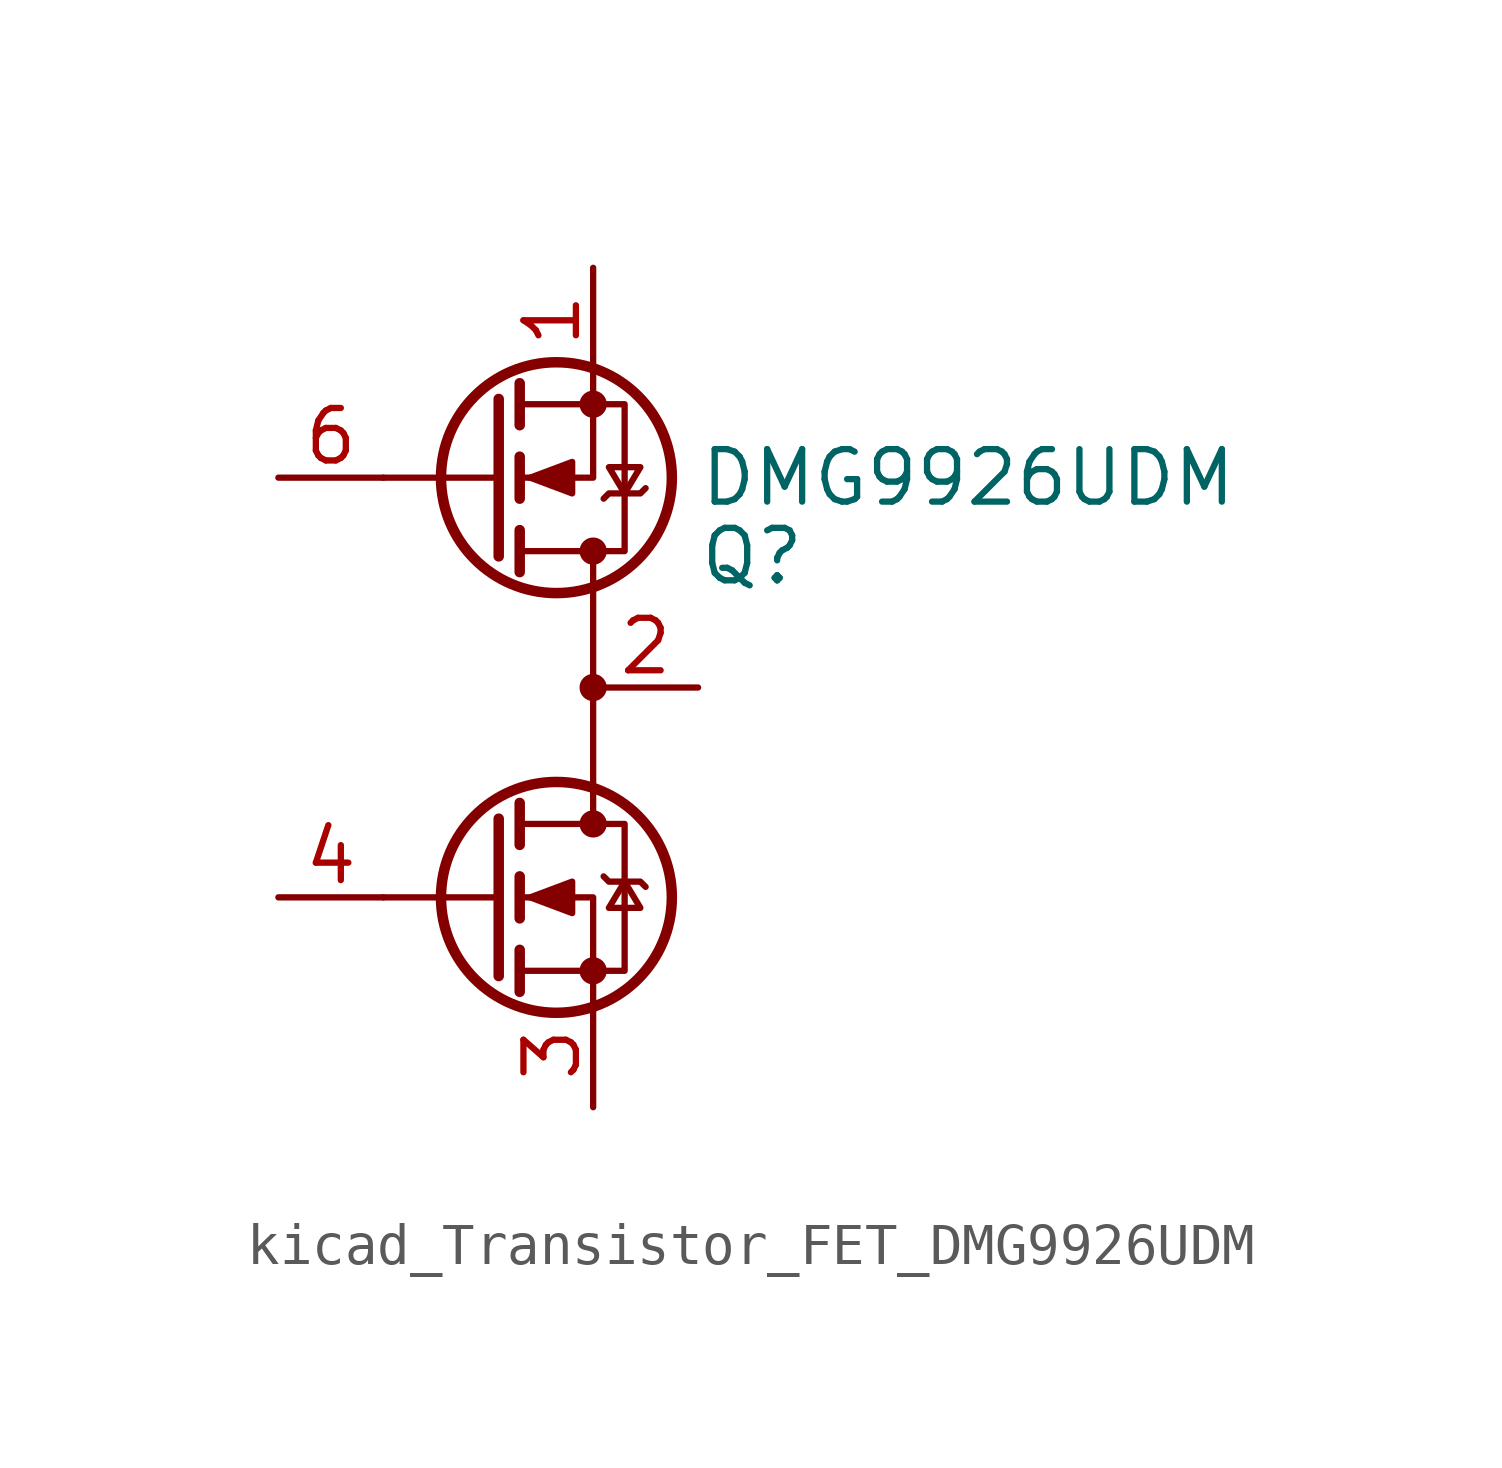
<source format=kicad_sym>
(kicad_symbol_lib
  (version 20220914)
  (generator kicad_symbol_editor)
  (symbol "kicad_Transistor_FET_DMG9926UDM"
    (pin_names hide)
    (property "Reference" "Q"
      (at 2.54 3.175 0)
      (effects (font (size 1.27 1.27)) (justify left)))
    (property "Value" "DMG9926UDM"
      (at 2.54 5.08 0)
      (effects (font (size 1.27 1.27)) (justify left)))
    (symbol "kicad_Transistor_FET_DMG9926UDM_0_1"
      (circle (center -0.889 5.08) (radius 2.794) (stroke (width 0.254) (type default)) (fill (type none)))
      (polyline (pts (xy -2.286 3.175) (xy -2.286 6.985)) (stroke (width 0.254) (type default)) (fill (type none)))
      (polyline (pts (xy -2.286 5.08) (xy -5.08 5.08)) (stroke (width 0) (type default)) (fill (type none)))
      (polyline (pts (xy -1.778 2.794) (xy -1.778 3.81)) (stroke (width 0.254) (type default)) (fill (type none)))
      (polyline (pts (xy -1.778 4.572) (xy -1.778 5.588)) (stroke (width 0.254) (type default)) (fill (type none)))
      (polyline (pts (xy -1.778 6.35) (xy -1.778 7.366)) (stroke (width 0.254) (type default)) (fill (type none)))
      (polyline (pts (xy 0 -3.302) (xy 0 3.302)) (stroke (width 0) (type default)) (fill (type none)))
      (polyline (pts (xy 0 7.62) (xy 0 5.08) (xy -1.778 5.08)) (stroke (width 0) (type default)) (fill (type none)))
      (polyline (pts (xy -1.778 6.858) (xy 0.762 6.858) (xy 0.762 3.302) (xy -1.778 3.302)) (stroke (width 0) (type default)) (fill (type none)))
      (polyline (pts (xy -1.524 5.08) (xy -0.508 4.699) (xy -0.508 5.461) (xy -1.524 5.08)) (stroke (width 0) (type default)) (fill (type outline)))
      (polyline (pts (xy 0.254 4.572) (xy 0.381 4.699) (xy 1.143 4.699) (xy 1.27 4.826)) (stroke (width 0) (type default)) (fill (type none)))
      (polyline (pts (xy 0.762 4.699) (xy 0.381 5.334) (xy 1.143 5.334) (xy 0.762 4.699)) (stroke (width 0) (type default)) (fill (type none)))
      (circle (center 0 3.302) (radius 0.254) (stroke (width 0) (type default)) (fill (type outline)))
      (circle (center 0 6.858) (radius 0.254) (stroke (width 0) (type default)) (fill (type outline))))
    (symbol "kicad_Transistor_FET_DMG9926UDM_1_1"
      (circle (center -0.889 -5.08) (radius 2.794) (stroke (width 0.254) (type default)) (fill (type none)))
      (circle (center 0 -6.858) (radius 0.254) (stroke (width 0) (type default)) (fill (type outline)))
      (circle (center 0 -3.302) (radius 0.254) (stroke (width 0) (type default)) (fill (type outline)))
      (polyline (pts (xy -2.286 -5.08) (xy -5.08 -5.08)) (stroke (width 0) (type default)) (fill (type none)))
      (polyline (pts (xy -2.286 -3.175) (xy -2.286 -6.985)) (stroke (width 0.254) (type default)) (fill (type none)))
      (polyline (pts (xy -1.778 -6.35) (xy -1.778 -7.366)) (stroke (width 0.254) (type default)) (fill (type none)))
      (polyline (pts (xy -1.778 -4.572) (xy -1.778 -5.588)) (stroke (width 0.254) (type default)) (fill (type none)))
      (polyline (pts (xy -1.778 -2.794) (xy -1.778 -3.81)) (stroke (width 0.254) (type default)) (fill (type none)))
      (polyline (pts (xy 0 -7.62) (xy 0 -5.08) (xy -1.778 -5.08)) (stroke (width 0) (type default)) (fill (type none)))
      (polyline (pts (xy -1.778 -6.858) (xy 0.762 -6.858) (xy 0.762 -3.302) (xy -1.778 -3.302)) (stroke (width 0) (type default)) (fill (type none)))
      (polyline (pts (xy -1.524 -5.08) (xy -0.508 -4.699) (xy -0.508 -5.461) (xy -1.524 -5.08)) (stroke (width 0) (type default)) (fill (type outline)))
      (polyline (pts (xy 0.254 -4.572) (xy 0.381 -4.699) (xy 1.143 -4.699) (xy 1.27 -4.826)) (stroke (width 0) (type default)) (fill (type none)))
      (polyline (pts (xy 0.762 -4.699) (xy 0.381 -5.334) (xy 1.143 -5.334) (xy 0.762 -4.699)) (stroke (width 0) (type default)) (fill (type none)))
      (circle (center 0 0) (radius 0.254) (stroke (width 0) (type default)) (fill (type outline)))
      (pin passive line (at 0 10.16 270) (length 2.54) (name "D1" (effects (font (size 1.27 1.27)))) (number "1" (effects (font (size 1.27 1.27)))))
      (pin passive line (at 2.54 0 180) (length 2.54) (name "S1/D2" (effects (font (size 1.27 1.27)))) (number "2" (effects (font (size 1.27 1.27)))))
      (pin passive line (at 0 -10.16 90) (length 2.54) (name "S2" (effects (font (size 1.27 1.27)))) (number "3" (effects (font (size 1.27 1.27)))))
      (pin input line (at -7.62 -5.08 0) (length 2.54) (name "G2" (effects (font (size 1.27 1.27)))) (number "4" (effects (font (size 1.27 1.27)))))
      (pin passive line (at 2.54 0 180) (length 2.54) hide (name "S1/D2" (effects (font (size 1.27 1.27)))) (number "5" (effects (font (size 1.27 1.27)))))
      (pin input line (at -7.62 5.08 0) (length 2.54) (name "G1" (effects (font (size 1.27 1.27)))) (number "6" (effects (font (size 1.27 1.27))))))))
</source>
